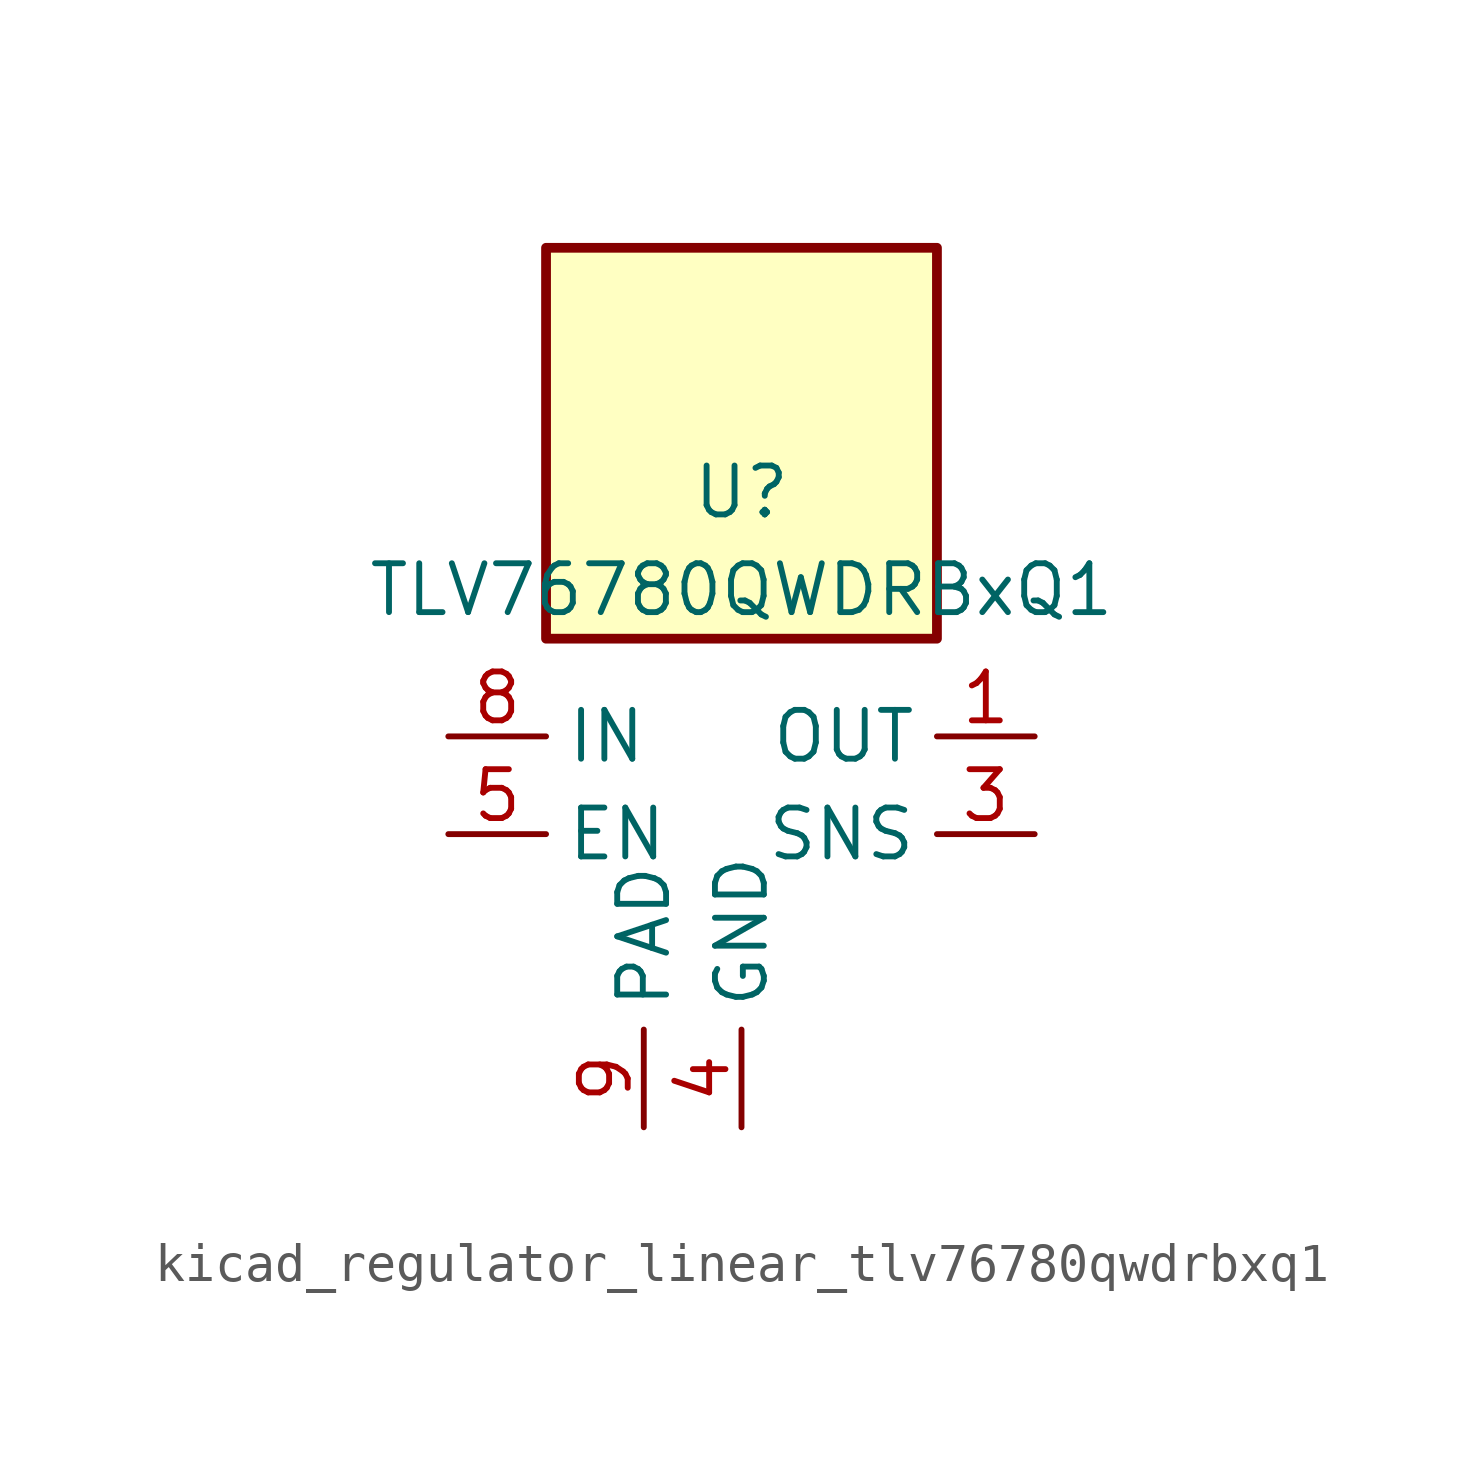
<source format=kicad_sym>
(kicad_symbol_lib
  (version 20220914)
  (generator kicad_symbol_editor)
  (symbol "kicad_regulator_linear_tlv76780qwdrbxq1"
    (property "Reference" "U"
      (at 0 8.89 0)
      (effects (font (size 1.27 1.27))))
    (property "Value" "TLV76780QWDRBxQ1"
      (at 0 6.35 0)
      (effects (font (size 1.27 1.27))))
    (symbol "kicad_regulator_linear_tlv76780qwdrbxq1_0_1"
      (rectangle (start 5.08 15.24) (end -5.08 5.08) (stroke (width 0.254) (type default)) (fill (type background))))
    (symbol "kicad_regulator_linear_tlv76780qwdrbxq1_1_1"
      (pin power_out line (at 7.62 2.54 180) (length 2.54) (name "OUT" (effects (font (size 1.27 1.27)))) (number "1" (effects (font (size 1.27 1.27)))))
      (pin no_connect line (at 5.08 -2.54 180) (length 2.54) hide (name "NC" (effects (font (size 1.27 1.27)))) (number "2" (effects (font (size 1.27 1.27)))))
      (pin input line (at 7.62 0 180) (length 2.54) (name "SNS" (effects (font (size 1.27 1.27)))) (number "3" (effects (font (size 1.27 1.27)))))
      (pin power_in line (at 0 -7.62 90) (length 2.54) (name "GND" (effects (font (size 1.27 1.27)))) (number "4" (effects (font (size 1.27 1.27)))))
      (pin input line (at -7.62 0 0) (length 2.54) (name "EN" (effects (font (size 1.27 1.27)))) (number "5" (effects (font (size 1.27 1.27)))))
      (pin passive line (at 0 -7.62 90) (length 2.54) hide (name "GND" (effects (font (size 1.27 1.27)))) (number "6" (effects (font (size 1.27 1.27)))))
      (pin no_connect line (at -5.08 -2.54 0) (length 2.54) hide (name "NC" (effects (font (size 1.27 1.27)))) (number "7" (effects (font (size 1.27 1.27)))))
      (pin power_in line (at -7.62 2.54 0) (length 2.54) (name "IN" (effects (font (size 1.27 1.27)))) (number "8" (effects (font (size 1.27 1.27)))))
      (pin passive line (at -2.54 -7.62 90) (length 2.54) (name "PAD" (effects (font (size 1.27 1.27)))) (number "9" (effects (font (size 1.27 1.27))))))))
</source>
